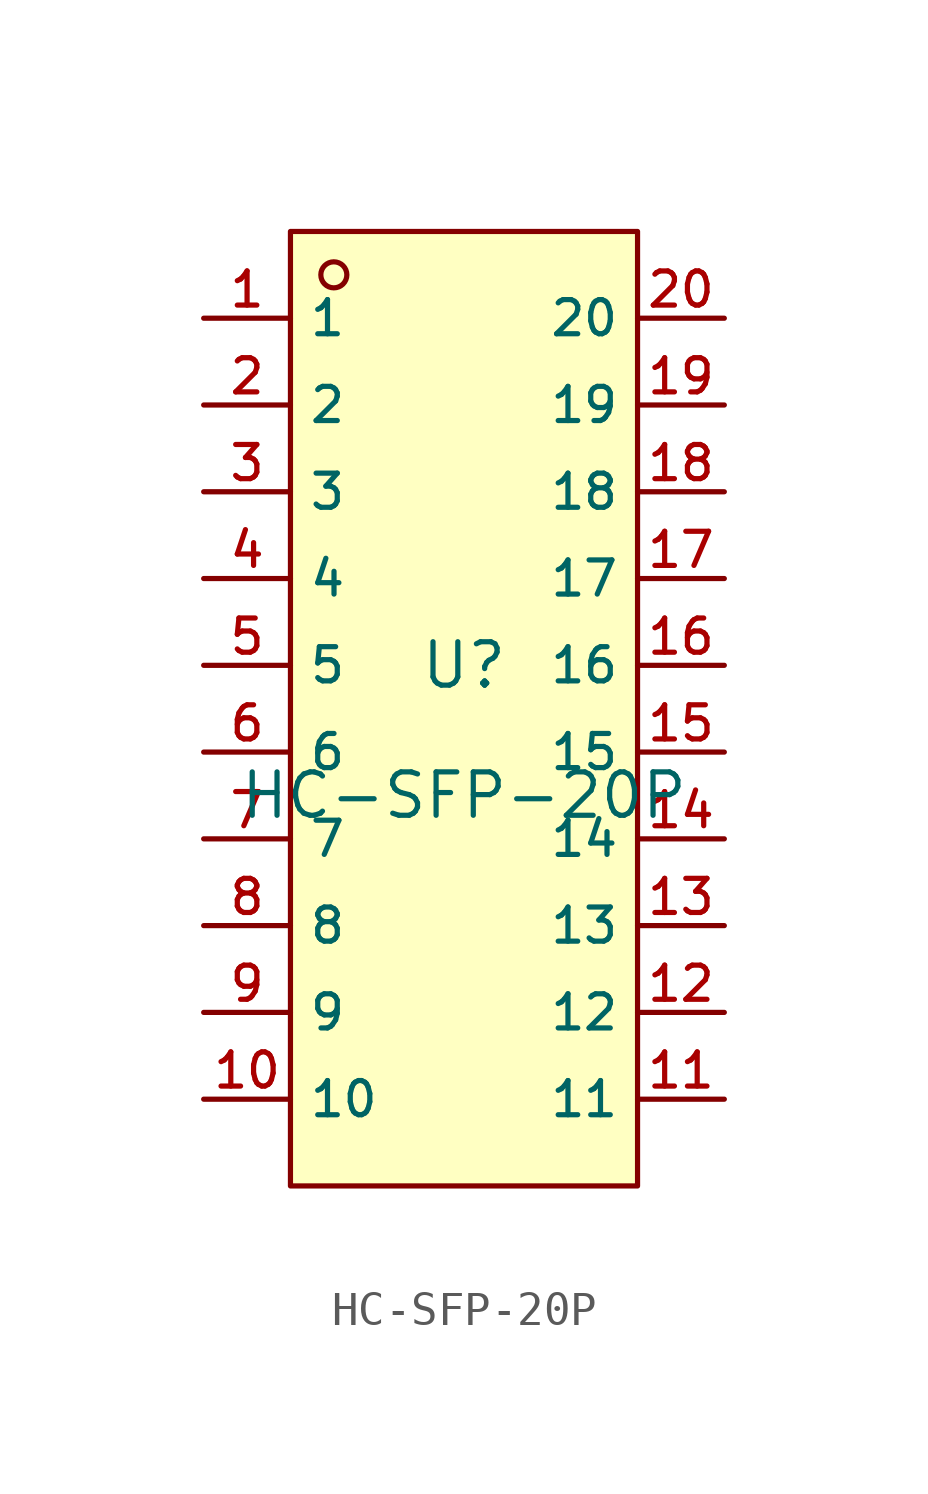
<source format=kicad_sym>
(kicad_symbol_lib
  (version 20210201)
  (generator TousstNicolas/JLC2KiCad_lib)
  (symbol "HC-SFP-20P"
    (property "Reference" "U"
      (at 0 1.27 0)
      (effects (font (size 1.27 1.27))))
    (property "Value" "HC-SFP-20P"
      (at 0 -2.54 0)
      (effects (font (size 1.27 1.27))))
    (symbol "HC-SFP-20P_0_1"
      (rectangle (start -5.08 13.97) (end 5.08 -13.97) (stroke (width 0) (type default) (color 0 0 0 0)) (fill (type background)))
      (circle (center -3.81 12.7) (radius 0.381) (stroke (width 0) (type default) (color 0 0 0 0)) (fill (type background)))
      (pin unspecified line (at -7.62 11.43 0) (length 2.54) (name "1" (effects (font (size 1 1)))) (number "1" (effects (font (size 1 1)))))
      (pin unspecified line (at -7.62 8.89 0) (length 2.54) (name "2" (effects (font (size 1 1)))) (number "2" (effects (font (size 1 1)))))
      (pin unspecified line (at -7.62 6.35 0) (length 2.54) (name "3" (effects (font (size 1 1)))) (number "3" (effects (font (size 1 1)))))
      (pin unspecified line (at -7.62 3.81 0) (length 2.54) (name "4" (effects (font (size 1 1)))) (number "4" (effects (font (size 1 1)))))
      (pin unspecified line (at -7.62 1.27 0) (length 2.54) (name "5" (effects (font (size 1 1)))) (number "5" (effects (font (size 1 1)))))
      (pin unspecified line (at -7.62 -1.27 0) (length 2.54) (name "6" (effects (font (size 1 1)))) (number "6" (effects (font (size 1 1)))))
      (pin unspecified line (at -7.62 -3.81 0) (length 2.54) (name "7" (effects (font (size 1 1)))) (number "7" (effects (font (size 1 1)))))
      (pin unspecified line (at -7.62 -6.35 0) (length 2.54) (name "8" (effects (font (size 1 1)))) (number "8" (effects (font (size 1 1)))))
      (pin unspecified line (at -7.62 -8.89 0) (length 2.54) (name "9" (effects (font (size 1 1)))) (number "9" (effects (font (size 1 1)))))
      (pin unspecified line (at -7.62 -11.43 0) (length 2.54) (name "10" (effects (font (size 1 1)))) (number "10" (effects (font (size 1 1)))))
      (pin unspecified line (at 7.62 -11.43 180) (length 2.54) (name "11" (effects (font (size 1 1)))) (number "11" (effects (font (size 1 1)))))
      (pin unspecified line (at 7.62 -8.89 180) (length 2.54) (name "12" (effects (font (size 1 1)))) (number "12" (effects (font (size 1 1)))))
      (pin unspecified line (at 7.62 -6.35 180) (length 2.54) (name "13" (effects (font (size 1 1)))) (number "13" (effects (font (size 1 1)))))
      (pin unspecified line (at 7.62 -3.81 180) (length 2.54) (name "14" (effects (font (size 1 1)))) (number "14" (effects (font (size 1 1)))))
      (pin unspecified line (at 7.62 -1.27 180) (length 2.54) (name "15" (effects (font (size 1 1)))) (number "15" (effects (font (size 1 1)))))
      (pin unspecified line (at 7.62 1.27 180) (length 2.54) (name "16" (effects (font (size 1 1)))) (number "16" (effects (font (size 1 1)))))
      (pin unspecified line (at 7.62 3.81 180) (length 2.54) (name "17" (effects (font (size 1 1)))) (number "17" (effects (font (size 1 1)))))
      (pin unspecified line (at 7.62 6.35 180) (length 2.54) (name "18" (effects (font (size 1 1)))) (number "18" (effects (font (size 1 1)))))
      (pin unspecified line (at 7.62 8.89 180) (length 2.54) (name "19" (effects (font (size 1 1)))) (number "19" (effects (font (size 1 1)))))
      (pin unspecified line (at 7.62 11.43 180) (length 2.54) (name "20" (effects (font (size 1 1)))) (number "20" (effects (font (size 1 1))))))))
</source>
